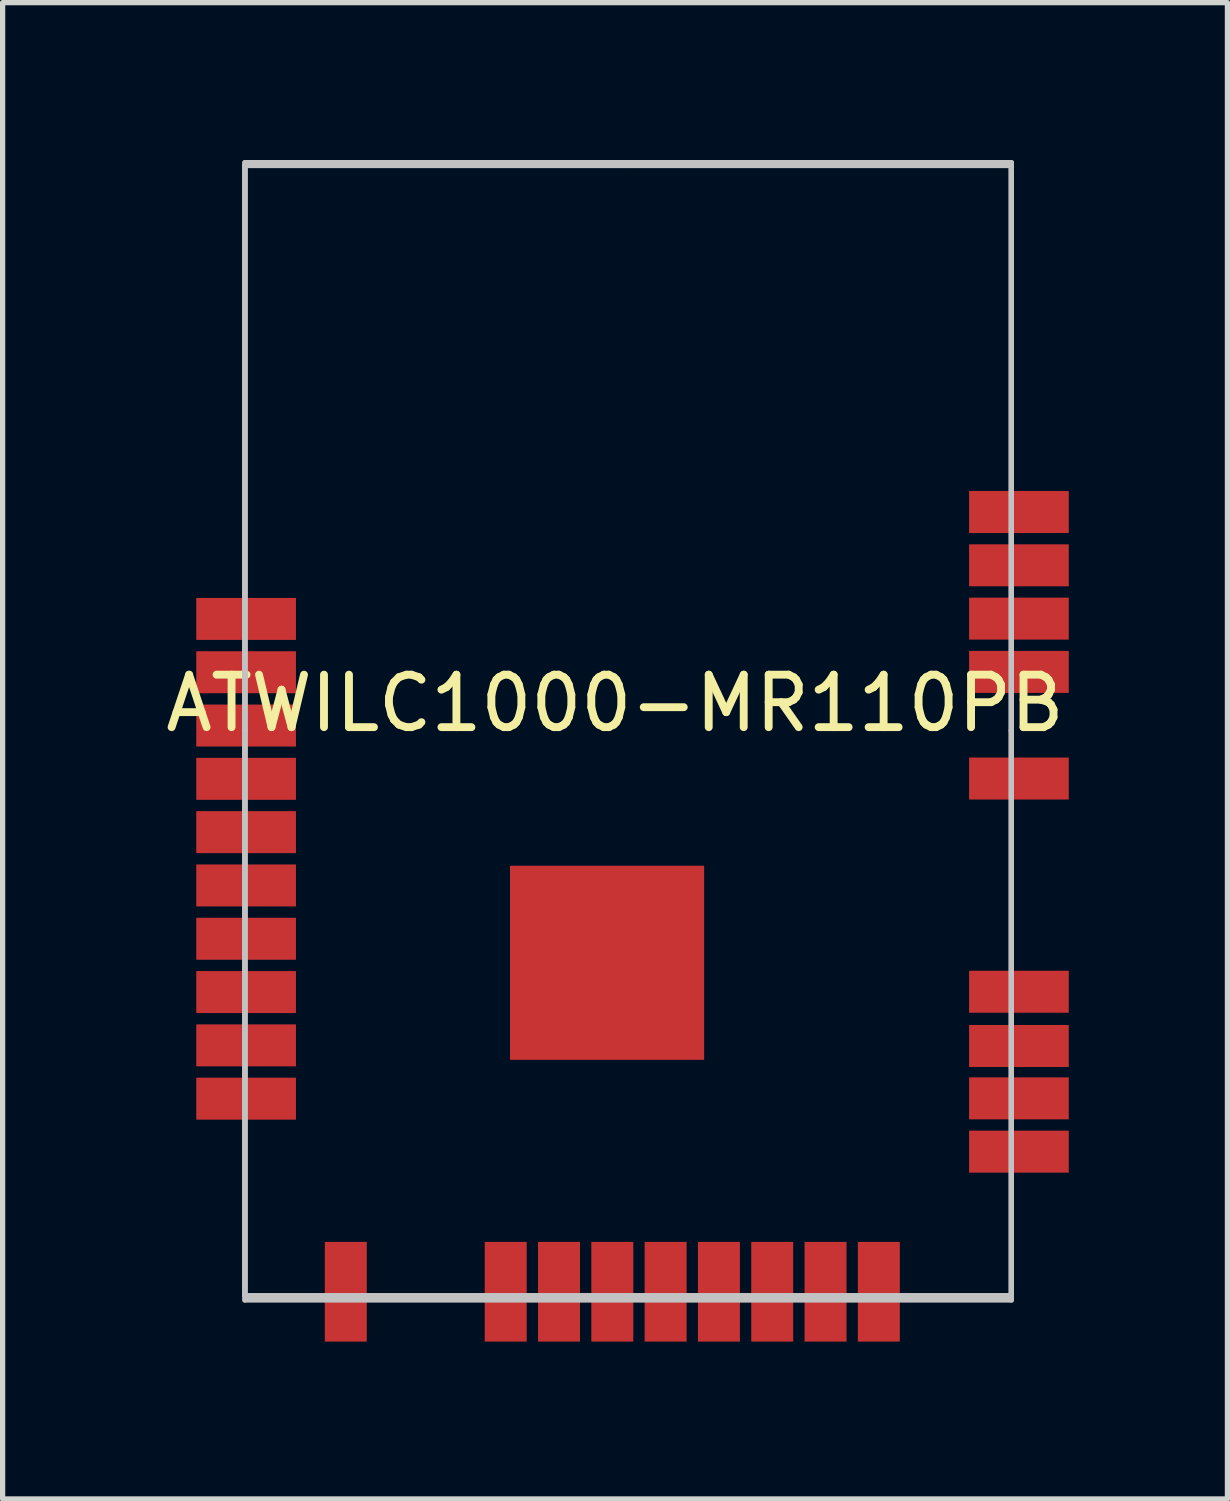
<source format=kicad_pcb>
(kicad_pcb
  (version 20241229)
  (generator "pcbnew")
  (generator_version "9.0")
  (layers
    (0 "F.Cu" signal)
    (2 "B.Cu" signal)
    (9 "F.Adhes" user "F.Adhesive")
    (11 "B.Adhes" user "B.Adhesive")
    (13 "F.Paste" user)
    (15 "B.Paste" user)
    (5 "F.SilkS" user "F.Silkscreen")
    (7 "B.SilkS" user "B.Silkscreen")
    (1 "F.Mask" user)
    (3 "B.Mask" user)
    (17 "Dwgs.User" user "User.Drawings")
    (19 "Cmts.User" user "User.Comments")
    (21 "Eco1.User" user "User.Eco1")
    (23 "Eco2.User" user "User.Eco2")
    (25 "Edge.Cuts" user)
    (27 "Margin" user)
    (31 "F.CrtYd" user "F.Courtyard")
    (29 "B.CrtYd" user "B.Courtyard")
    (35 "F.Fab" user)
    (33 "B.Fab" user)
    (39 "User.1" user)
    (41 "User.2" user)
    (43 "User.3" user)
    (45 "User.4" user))
  (footprint "ATWILC1000-MR110PB"
    (layer "F.Cu")
    (at 1.863 21.655)
    (property "Reference" "ATWILC1000-MR110PB" (at 6.81 -11.3 0) (layer "F.SilkS") (effects (font (size 1 1) (thickness 0.15))))
    (attr through_hole)
    (fp_line (start -0.245 -21.605) (end 14.364 -21.605) (stroke (width 0.1) (type solid)) (layer "Dwgs.User"))
    (fp_line (start -0.245 0.073) (end -0.245 -21.605) (stroke (width 0.1) (type solid)) (layer "Dwgs.User"))
    (fp_line (start -0.245 -21.552) (end 7.059 -21.552) (stroke (width 0.1) (type solid)) (layer "Dwgs.User"))
    (fp_line (start -0.245 -21.552) (end 7.059 -21.552) (stroke (width 0.1) (type solid)) (layer "Dwgs.User"))
    (fp_line (start -0.245 -10.78) (end -0.245 -21.552) (stroke (width 0.1) (type solid)) (layer "Dwgs.User"))
    (fp_line (start -0.245 -10.78) (end -0.245 -21.552) (stroke (width 0.1) (type solid)) (layer "Dwgs.User"))
    (fp_line (start -0.245 -0.007) (end -0.245 -10.78) (stroke (width 0.1) (type solid)) (layer "Dwgs.User"))
    (fp_line (start -0.245 -0.007) (end -0.245 -10.78) (stroke (width 0.1) (type solid)) (layer "Dwgs.User"))
    (fp_line (start 7.059 -21.552) (end 14.364 -21.552) (stroke (width 0.1) (type solid)) (layer "Dwgs.User"))
    (fp_line (start 7.059 -21.552) (end 14.364 -21.552) (stroke (width 0.1) (type solid)) (layer "Dwgs.User"))
    (fp_line (start 7.059 -0.007) (end -0.245 -0.007) (stroke (width 0.1) (type solid)) (layer "Dwgs.User"))
    (fp_line (start 7.059 -0.007) (end -0.245 -0.007) (stroke (width 0.1) (type solid)) (layer "Dwgs.User"))
    (fp_line (start 14.364 -21.605) (end 14.364 0.073) (stroke (width 0.1) (type solid)) (layer "Dwgs.User"))
    (fp_line (start 14.364 0.073) (end -0.245 0.073) (stroke (width 0.1) (type solid)) (layer "Dwgs.User"))
    (fp_line (start 14.364 -21.552) (end 14.364 -10.78) (stroke (width 0.1) (type solid)) (layer "Dwgs.User"))
    (fp_line (start 14.364 -21.552) (end 14.364 -10.78) (stroke (width 0.1) (type solid)) (layer "Dwgs.User"))
    (fp_line (start 14.364 -10.78) (end 14.364 -0.007) (stroke (width 0.1) (type solid)) (layer "Dwgs.User"))
    (fp_line (start 14.364 -10.78) (end 14.364 -0.007) (stroke (width 0.1) (type solid)) (layer "Dwgs.User"))
    (fp_line (start 14.364 -0.007) (end 7.059 -0.007) (stroke (width 0.1) (type solid)) (layer "Dwgs.User"))
    (fp_line (start 14.364 -0.007) (end 7.059 -0.007) (stroke (width 0.1) (type solid)) (layer "Dwgs.User"))
    (pad "J1" smd rect (at 14.508 -2.754) (size 1.9 0.8) (layers "F.Cu" "F.Mask" "F.Paste"))
    (pad "J2" smd rect (at 14.508 -3.77) (size 1.9 0.8) (layers "F.Cu" "F.Mask" "F.Paste"))
    (pad "J3" smd rect (at 14.508 -4.768) (size 1.9 0.8) (layers "F.Cu" "F.Mask" "F.Paste"))
    (pad "J4" smd rect (at 14.508 -5.802) (size 1.9 0.8) (layers "F.Cu" "F.Mask" "F.Paste"))
    (pad "J5" smd rect (at 14.508 -9.866) (size 1.9 0.8) (layers "F.Cu" "F.Mask" "F.Paste"))
    (pad "J6" smd rect (at 14.508 -11.898) (size 1.9 0.8) (layers "F.Cu" "F.Mask" "F.Paste"))
    (pad "J7" smd rect (at 14.508 -12.914) (size 1.9 0.8) (layers "F.Cu" "F.Mask" "F.Paste"))
    (pad "J8" smd rect (at 14.508 -13.93) (size 1.9 0.8) (layers "F.Cu" "F.Mask" "F.Paste"))
    (pad "J9" smd rect (at 14.508 -14.946) (size 1.9 0.8) (layers "F.Cu" "F.Mask" "F.Paste"))
    (pad "J10" smd rect (at -0.222 -12.908) (size 1.9 0.8) (layers "F.Cu" "F.Mask" "F.Paste"))
    (pad "J11" smd rect (at -0.222 -11.892) (size 1.9 0.8) (layers "F.Cu" "F.Mask" "F.Paste"))
    (pad "J12" smd rect (at -0.222 -10.876) (size 1.9 0.8) (layers "F.Cu" "F.Mask" "F.Paste"))
    (pad "J13" smd rect (at -0.222 -9.86) (size 1.9 0.8) (layers "F.Cu" "F.Mask" "F.Paste"))
    (pad "J14" smd rect (at -0.222 -8.844) (size 1.9 0.8) (layers "F.Cu" "F.Mask" "F.Paste"))
    (pad "J15" smd rect (at -0.222 -7.828) (size 1.9 0.8) (layers "F.Cu" "F.Mask" "F.Paste"))
    (pad "J16" smd rect (at -0.222 -6.812) (size 1.9 0.8) (layers "F.Cu" "F.Mask" "F.Paste"))
    (pad "J17" smd rect (at -0.222 -5.796) (size 1.9 0.8) (layers "F.Cu" "F.Mask" "F.Paste"))
    (pad "J18" smd rect (at -0.222 -4.78) (size 1.9 0.8) (layers "F.Cu" "F.Mask" "F.Paste"))
    (pad "J19" smd rect (at -0.222 -3.764) (size 1.9 0.8) (layers "F.Cu" "F.Mask" "F.Paste"))
    (pad "J20" smd rect (at 1.678 -0.084) (size 0.8 1.9) (layers "F.Cu" "F.Mask" "F.Paste"))
    (pad "J21" smd rect (at 4.726 -0.084) (size 0.8 1.9) (layers "F.Cu" "F.Mask" "F.Paste"))
    (pad "J22" smd rect (at 5.742 -0.084) (size 0.8 1.9) (layers "F.Cu" "F.Mask" "F.Paste"))
    (pad "J23" smd rect (at 6.758 -0.084) (size 0.8 1.9) (layers "F.Cu" "F.Mask" "F.Paste"))
    (pad "J24" smd rect (at 7.774 -0.084) (size 0.8 1.9) (layers "F.Cu" "F.Mask" "F.Paste"))
    (pad "J25" smd rect (at 8.79 -0.084) (size 0.8 1.9) (layers "F.Cu" "F.Mask" "F.Paste"))
    (pad "J26" smd rect (at 9.806 -0.084) (size 0.8 1.9) (layers "F.Cu" "F.Mask" "F.Paste"))
    (pad "J27" smd rect (at 10.822 -0.084) (size 0.8 1.9) (layers "F.Cu" "F.Mask" "F.Paste"))
    (pad "J28" smd rect (at 11.838 -0.084) (size 0.8 1.9) (layers "F.Cu" "F.Mask" "F.Paste"))
    (pad "J29" smd rect (at 6.658 -6.354) (size 3.7 3.7) (layers "F.Cu" "F.Mask" "F.Paste")))
  (gr_rect
    (start -3 -3)
    (end 20.345 25.521)
    (stroke (width 0.1) (type default))
    (fill no)
    (layer "Edge.Cuts")))
</source>
